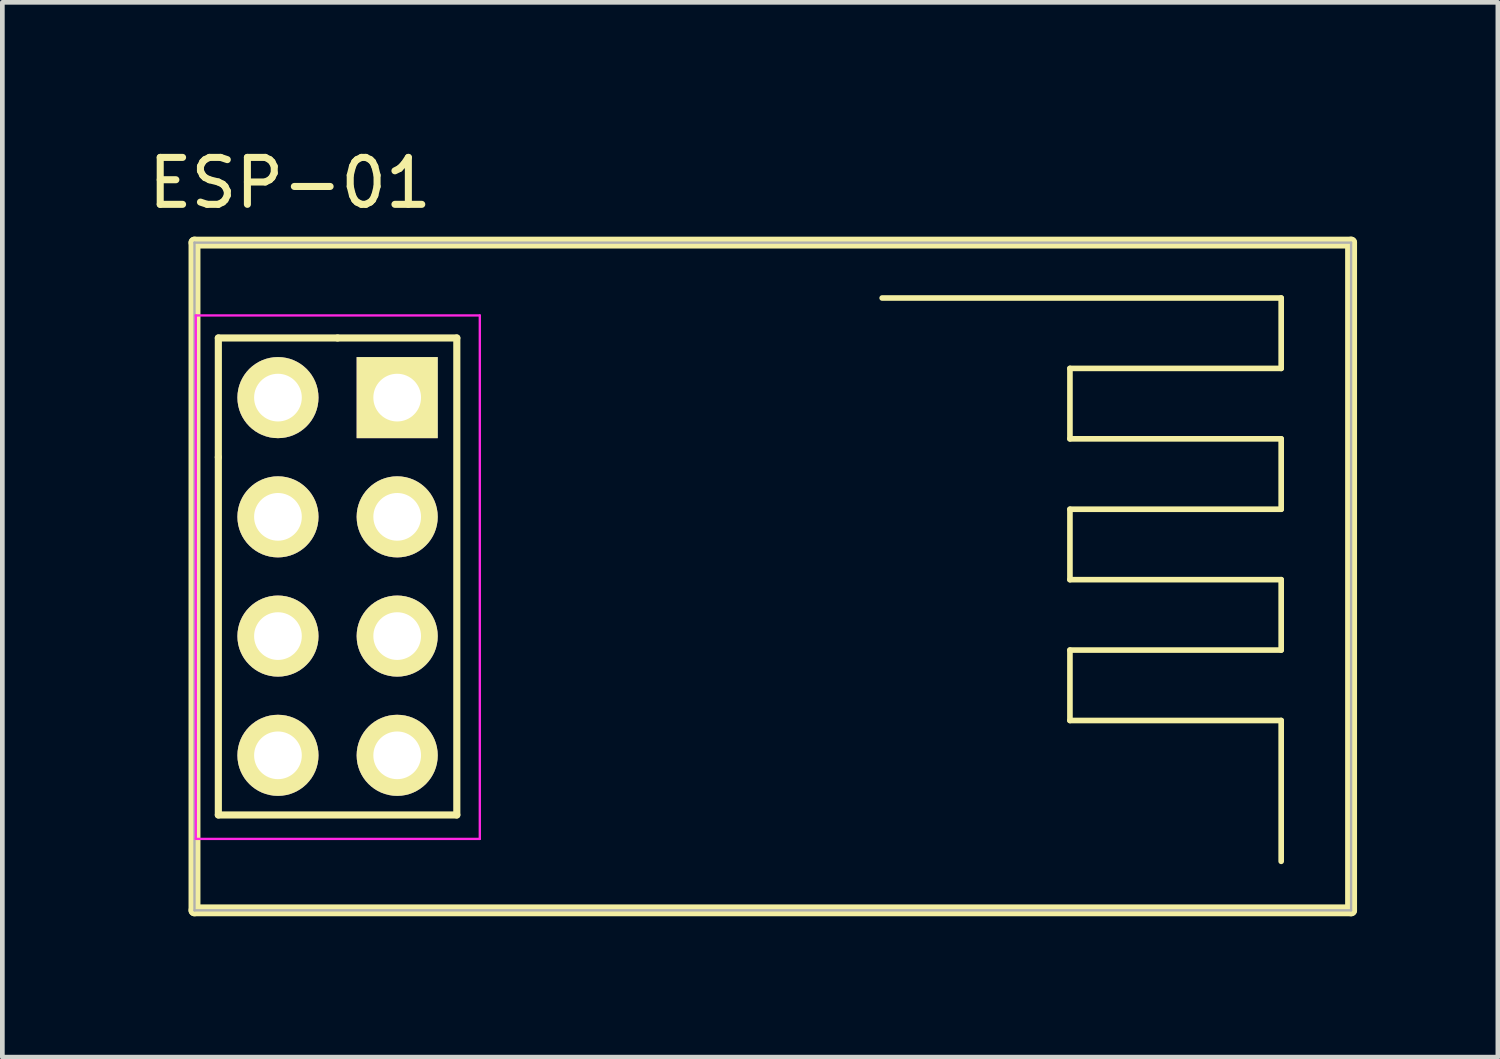
<source format=kicad_pcb>
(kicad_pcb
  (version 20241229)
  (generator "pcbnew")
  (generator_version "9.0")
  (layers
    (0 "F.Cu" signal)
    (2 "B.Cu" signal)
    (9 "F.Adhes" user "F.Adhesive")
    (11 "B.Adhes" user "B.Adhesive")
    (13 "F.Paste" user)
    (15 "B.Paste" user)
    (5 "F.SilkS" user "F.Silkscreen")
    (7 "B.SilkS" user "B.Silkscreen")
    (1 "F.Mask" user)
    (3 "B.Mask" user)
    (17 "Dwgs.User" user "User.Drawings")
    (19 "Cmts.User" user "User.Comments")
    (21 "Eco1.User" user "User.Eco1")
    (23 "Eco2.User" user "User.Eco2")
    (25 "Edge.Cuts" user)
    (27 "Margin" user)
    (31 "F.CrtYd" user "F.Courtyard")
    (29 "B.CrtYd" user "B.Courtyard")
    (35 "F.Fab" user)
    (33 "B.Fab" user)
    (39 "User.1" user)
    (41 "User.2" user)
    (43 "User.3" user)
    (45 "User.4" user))
  (footprint "ESP-01"
    (layer "F.Cu")
    (at 13.742 8.798)
    (property "Reference" "ESP-01" (at -10.617 -7.95 180) (layer "F.SilkS") (effects (font (size 1 1) (thickness 0.15))))
    (attr through_hole)
    (fp_line (start -12.649 -6.68) (end 11.989 -6.68) (stroke (width 0.254) (type solid)) (layer "F.SilkS"))
    (fp_line (start -12.649 7.544) (end -12.649 -6.68) (stroke (width 0.254) (type solid)) (layer "F.SilkS"))
    (fp_line (start -12.141 -4.648) (end -12.141 -2.108) (stroke (width 0.152) (type solid)) (layer "F.SilkS"))
    (fp_line (start -12.141 -2.108) (end -12.141 5.512) (stroke (width 0.152) (type solid)) (layer "F.SilkS"))
    (fp_line (start -12.141 5.512) (end -7.061 5.512) (stroke (width 0.152) (type solid)) (layer "F.SilkS"))
    (fp_line (start -9.601 -4.648) (end -12.141 -4.648) (stroke (width 0.152) (type solid)) (layer "F.SilkS"))
    (fp_line (start -7.061 -4.648) (end -9.601 -4.648) (stroke (width 0.152) (type solid)) (layer "F.SilkS"))
    (fp_line (start -7.061 5.512) (end -7.061 -4.648) (stroke (width 0.152) (type solid)) (layer "F.SilkS"))
    (fp_line (start 2 -5.5) (end 10.5 -5.5) (stroke (width 0.12) (type solid)) (layer "F.SilkS"))
    (fp_line (start 6 -4) (end 6 -2.5) (stroke (width 0.12) (type solid)) (layer "F.SilkS"))
    (fp_line (start 6 -2.5) (end 10.5 -2.5) (stroke (width 0.12) (type solid)) (layer "F.SilkS"))
    (fp_line (start 6 -1) (end 6 0.5) (stroke (width 0.12) (type solid)) (layer "F.SilkS"))
    (fp_line (start 6 0.5) (end 10.5 0.5) (stroke (width 0.12) (type solid)) (layer "F.SilkS"))
    (fp_line (start 6 2) (end 6 3.5) (stroke (width 0.12) (type solid)) (layer "F.SilkS"))
    (fp_line (start 6 3.5) (end 10.5 3.5) (stroke (width 0.12) (type solid)) (layer "F.SilkS"))
    (fp_line (start 10.5 -5.5) (end 10.5 -4) (stroke (width 0.12) (type solid)) (layer "F.SilkS"))
    (fp_line (start 10.5 -4) (end 6 -4) (stroke (width 0.12) (type solid)) (layer "F.SilkS"))
    (fp_line (start 10.5 -2.5) (end 10.5 -1) (stroke (width 0.12) (type solid)) (layer "F.SilkS"))
    (fp_line (start 10.5 -1) (end 6 -1) (stroke (width 0.12) (type solid)) (layer "F.SilkS"))
    (fp_line (start 10.5 0.5) (end 10.5 2) (stroke (width 0.12) (type solid)) (layer "F.SilkS"))
    (fp_line (start 10.5 2) (end 6 2) (stroke (width 0.12) (type solid)) (layer "F.SilkS"))
    (fp_line (start 10.5 3.5) (end 10.5 6.5) (stroke (width 0.12) (type solid)) (layer "F.SilkS"))
    (fp_line (start 11.989 -6.68) (end 11.989 7.544) (stroke (width 0.254) (type solid)) (layer "F.SilkS"))
    (fp_line (start 11.989 7.544) (end -12.649 7.544) (stroke (width 0.254) (type solid)) (layer "F.SilkS"))
    (fp_line (start -12.621 -5.128) (end -12.621 6.022) (stroke (width 0.05) (type solid)) (layer "F.CrtYd"))
    (fp_line (start -12.621 -5.128) (end -6.571 -5.128) (stroke (width 0.05) (type solid)) (layer "F.CrtYd"))
    (fp_line (start -12.621 6.022) (end -6.571 6.022) (stroke (width 0.05) (type solid)) (layer "F.CrtYd"))
    (fp_line (start -6.571 -5.128) (end -6.571 6.022) (stroke (width 0.05) (type solid)) (layer "F.CrtYd"))
    (fp_line (start -12.649 -6.68) (end 11.989 -6.68) (stroke (width 0.05) (type solid)) (layer "F.Fab"))
    (fp_line (start -12.649 7.544) (end -12.649 -6.68) (stroke (width 0.05) (type solid)) (layer "F.Fab"))
    (fp_line (start 11.989 -6.68) (end 11.989 7.544) (stroke (width 0.05) (type solid)) (layer "F.Fab"))
    (fp_line (start 11.989 7.544) (end -12.649 7.544) (stroke (width 0.05) (type solid)) (layer "F.Fab"))
    (pad "1" thru_hole rect (at -8.331 -3.378) (size 1.727 1.727) (drill 1.016) (layers "*.Cu" "*.Mask" "F.SilkS"))
    (pad "2" thru_hole oval (at -8.331 -0.838) (size 1.727 1.727) (drill 1.016) (layers "*.Cu" "*.Mask" "F.SilkS"))
    (pad "3" thru_hole oval (at -8.331 1.702) (size 1.727 1.727) (drill 1.016) (layers "*.Cu" "*.Mask" "F.SilkS"))
    (pad "4" thru_hole oval (at -8.331 4.242) (size 1.727 1.727) (drill 1.016) (layers "*.Cu" "*.Mask" "F.SilkS"))
    (pad "5" thru_hole oval (at -10.871 4.242) (size 1.727 1.727) (drill 1.016) (layers "*.Cu" "*.Mask" "F.SilkS"))
    (pad "6" thru_hole oval (at -10.871 1.702) (size 1.727 1.727) (drill 1.016) (layers "*.Cu" "*.Mask" "F.SilkS"))
    (pad "7" thru_hole oval (at -10.871 -0.838) (size 1.727 1.727) (drill 1.016) (layers "*.Cu" "*.Mask" "F.SilkS"))
    (pad "8" thru_hole oval (at -10.871 -3.378) (size 1.727 1.727) (drill 1.016) (layers "*.Cu" "*.Mask" "F.SilkS")))
  (gr_rect
    (start -3 -3)
    (end 28.858 19.469)
    (stroke (width 0.1) (type default))
    (fill no)
    (layer "Edge.Cuts")))
</source>
